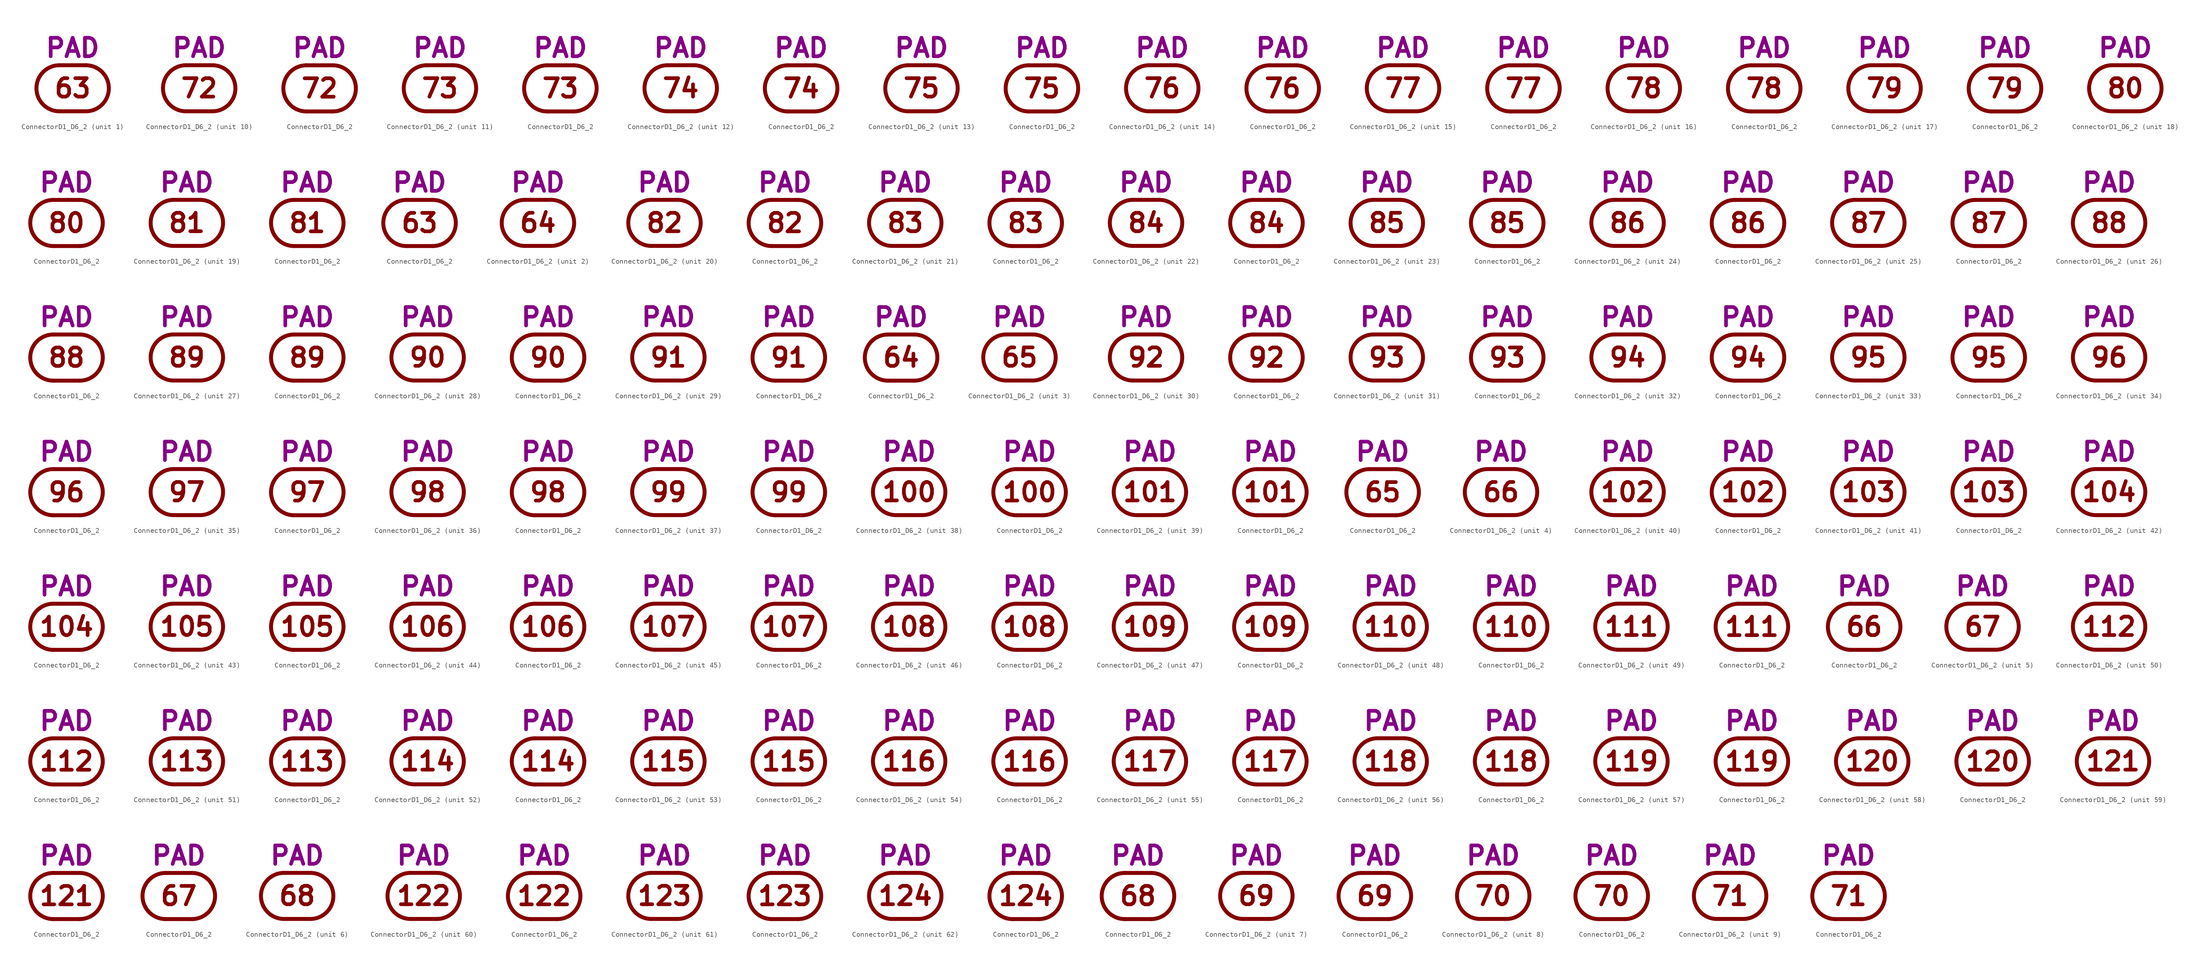
<source format=kicad_sym>
(kicad_symbol_lib
  (version 20211014)
  (generator kicad_symbol_editor)
  (symbol "ConnectorD1_D6_2"
    (pin_numbers hide)
    (pin_names
      (offset 0) hide)
    (property "Reference" "J"
      (at 0 8.255 0)
      (effects (font (size 3.556 3.556)) hide))
    (property "Caption" "PAD"
      (at 0 5.715 0)
      (effects (font (size 3.556 3.556) bold) (justify bottom)))
    (property "ki_locked" ""
      (at 0 0 0)
      (effects (font (size 1.27 1.27))))
    (symbol "ConnectorD1_D6_2_0_0"
      (arc (start -2.54 4.445) (mid -6.985 0) (end -2.54 -4.445) (stroke (width 0.762) (type default) (color 0 0 0 0)) (fill (type none)))
      (polyline (pts (xy -2.54 -4.445) (xy 2.54 -4.445)) (stroke (width 0.762) (type default) (color 0 0 0 0)) (fill (type none)))
      (polyline (pts (xy -2.54 4.445) (xy 2.54 4.445)) (stroke (width 0.762) (type default) (color 0 0 0 0)) (fill (type none)))
      (arc (start 2.54 -4.445) (mid 6.985 0) (end 2.54 4.445) (stroke (width 0.762) (type default) (color 0 0 0 0)) (fill (type none))))
    (symbol "ConnectorD1_D6_2_1_0"
      (text "63" (at 0 0 0) (effects (font (size 3.556 3.556) bold))))
    (symbol "ConnectorD1_D6_2_1_1"
      (pin passive line (at 6.985 0 180) (length 0) (name "63" (effects (font (size 3.556 3.556)))) (number "63" (effects (font (size 3.556 3.556))))))
    (symbol "ConnectorD1_D6_2_1_2"
      (pin passive line (at 0 4.445 270) (length 0) (name "63" (effects (font (size 3.556 3.556)))) (number "63" (effects (font (size 3.556 3.556))))))
    (symbol "ConnectorD1_D6_2_2_0"
      (text "64" (at 0 0 0) (effects (font (size 3.556 3.556) bold))))
    (symbol "ConnectorD1_D6_2_2_1"
      (pin passive line (at 6.985 0 180) (length 0) (name "64" (effects (font (size 3.556 3.556)))) (number "64" (effects (font (size 3.556 3.556))))))
    (symbol "ConnectorD1_D6_2_2_2"
      (pin passive line (at 0 4.445 270) (length 0) (name "64" (effects (font (size 3.556 3.556)))) (number "64" (effects (font (size 3.556 3.556))))))
    (symbol "ConnectorD1_D6_2_3_0"
      (text "65" (at 0 0 0) (effects (font (size 3.556 3.556) bold))))
    (symbol "ConnectorD1_D6_2_3_1"
      (pin passive line (at 6.985 0 180) (length 0) (name "65" (effects (font (size 3.556 3.556)))) (number "65" (effects (font (size 3.556 3.556))))))
    (symbol "ConnectorD1_D6_2_3_2"
      (pin passive line (at 0 4.445 270) (length 0) (name "65" (effects (font (size 3.556 3.556)))) (number "65" (effects (font (size 3.556 3.556))))))
    (symbol "ConnectorD1_D6_2_4_0"
      (text "66" (at 0 0 0) (effects (font (size 3.556 3.556) bold))))
    (symbol "ConnectorD1_D6_2_4_1"
      (pin passive line (at 6.985 0 180) (length 0) (name "66" (effects (font (size 3.556 3.556)))) (number "66" (effects (font (size 3.556 3.556))))))
    (symbol "ConnectorD1_D6_2_4_2"
      (pin passive line (at 0 4.445 270) (length 0) (name "66" (effects (font (size 3.556 3.556)))) (number "66" (effects (font (size 3.556 3.556))))))
    (symbol "ConnectorD1_D6_2_5_0"
      (text "67" (at 0 0 0) (effects (font (size 3.556 3.556) bold))))
    (symbol "ConnectorD1_D6_2_5_1"
      (pin passive line (at 6.985 0 180) (length 0) (name "67" (effects (font (size 3.556 3.556)))) (number "67" (effects (font (size 3.556 3.556))))))
    (symbol "ConnectorD1_D6_2_5_2"
      (pin passive line (at 0 4.445 270) (length 0) (name "67" (effects (font (size 3.556 3.556)))) (number "67" (effects (font (size 3.556 3.556))))))
    (symbol "ConnectorD1_D6_2_6_0"
      (text "68" (at 0 0 0) (effects (font (size 3.556 3.556) bold))))
    (symbol "ConnectorD1_D6_2_6_1"
      (pin passive line (at 6.985 0 180) (length 0) (name "68" (effects (font (size 3.556 3.556)))) (number "68" (effects (font (size 3.556 3.556))))))
    (symbol "ConnectorD1_D6_2_6_2"
      (pin passive line (at 0 4.445 270) (length 0) (name "68" (effects (font (size 3.556 3.556)))) (number "68" (effects (font (size 3.556 3.556))))))
    (symbol "ConnectorD1_D6_2_7_0"
      (text "69" (at 0 0 0) (effects (font (size 3.556 3.556) bold))))
    (symbol "ConnectorD1_D6_2_7_1"
      (pin passive line (at 6.985 0 180) (length 0) (name "69" (effects (font (size 3.556 3.556)))) (number "69" (effects (font (size 3.556 3.556))))))
    (symbol "ConnectorD1_D6_2_7_2"
      (pin passive line (at 0 4.445 270) (length 0) (name "69" (effects (font (size 3.556 3.556)))) (number "69" (effects (font (size 3.556 3.556))))))
    (symbol "ConnectorD1_D6_2_8_0"
      (text "70" (at 0 0 0) (effects (font (size 3.556 3.556) bold))))
    (symbol "ConnectorD1_D6_2_8_1"
      (pin passive line (at 6.985 0 180) (length 0) (name "70" (effects (font (size 3.556 3.556)))) (number "70" (effects (font (size 3.556 3.556))))))
    (symbol "ConnectorD1_D6_2_8_2"
      (pin passive line (at 0 4.445 270) (length 0) (name "70" (effects (font (size 3.556 3.556)))) (number "70" (effects (font (size 3.556 3.556))))))
    (symbol "ConnectorD1_D6_2_9_0"
      (text "71" (at 0 0 0) (effects (font (size 3.556 3.556) bold))))
    (symbol "ConnectorD1_D6_2_9_1"
      (pin passive line (at 6.985 0 180) (length 0) (name "71" (effects (font (size 3.556 3.556)))) (number "71" (effects (font (size 3.556 3.556))))))
    (symbol "ConnectorD1_D6_2_9_2"
      (pin passive line (at 0 4.445 270) (length 0) (name "71" (effects (font (size 3.556 3.556)))) (number "71" (effects (font (size 3.556 3.556))))))
    (symbol "ConnectorD1_D6_2_10_0"
      (text "72" (at 0 0 0) (effects (font (size 3.556 3.556) bold))))
    (symbol "ConnectorD1_D6_2_10_1"
      (pin passive line (at 6.985 0 180) (length 0) (name "72" (effects (font (size 3.556 3.556)))) (number "72" (effects (font (size 3.556 3.556))))))
    (symbol "ConnectorD1_D6_2_10_2"
      (pin passive line (at 0 4.445 270) (length 0) (name "72" (effects (font (size 3.556 3.556)))) (number "72" (effects (font (size 3.556 3.556))))))
    (symbol "ConnectorD1_D6_2_11_0"
      (text "73" (at 0 0 0) (effects (font (size 3.556 3.556) bold))))
    (symbol "ConnectorD1_D6_2_11_1"
      (pin passive line (at 6.985 0 180) (length 0) (name "73" (effects (font (size 3.556 3.556)))) (number "73" (effects (font (size 3.556 3.556))))))
    (symbol "ConnectorD1_D6_2_11_2"
      (pin passive line (at 0 4.445 270) (length 0) (name "73" (effects (font (size 3.556 3.556)))) (number "73" (effects (font (size 3.556 3.556))))))
    (symbol "ConnectorD1_D6_2_12_0"
      (text "74" (at 0 0 0) (effects (font (size 3.556 3.556) bold))))
    (symbol "ConnectorD1_D6_2_12_1"
      (pin passive line (at 6.985 0 180) (length 0) (name "74" (effects (font (size 3.556 3.556)))) (number "74" (effects (font (size 3.556 3.556))))))
    (symbol "ConnectorD1_D6_2_12_2"
      (pin passive line (at 0 4.445 270) (length 0) (name "74" (effects (font (size 3.556 3.556)))) (number "74" (effects (font (size 3.556 3.556))))))
    (symbol "ConnectorD1_D6_2_13_0"
      (text "75" (at 0 0 0) (effects (font (size 3.556 3.556) bold))))
    (symbol "ConnectorD1_D6_2_13_1"
      (pin passive line (at 6.985 0 180) (length 0) (name "75" (effects (font (size 3.556 3.556)))) (number "75" (effects (font (size 3.556 3.556))))))
    (symbol "ConnectorD1_D6_2_13_2"
      (pin passive line (at 0 4.445 270) (length 0) (name "75" (effects (font (size 3.556 3.556)))) (number "75" (effects (font (size 3.556 3.556))))))
    (symbol "ConnectorD1_D6_2_14_0"
      (text "76" (at 0 0 0) (effects (font (size 3.556 3.556) bold))))
    (symbol "ConnectorD1_D6_2_14_1"
      (pin passive line (at 6.985 0 180) (length 0) (name "76" (effects (font (size 3.556 3.556)))) (number "76" (effects (font (size 3.556 3.556))))))
    (symbol "ConnectorD1_D6_2_14_2"
      (pin passive line (at 0 4.445 270) (length 0) (name "76" (effects (font (size 3.556 3.556)))) (number "76" (effects (font (size 3.556 3.556))))))
    (symbol "ConnectorD1_D6_2_15_0"
      (text "77" (at 0 0 0) (effects (font (size 3.556 3.556) bold))))
    (symbol "ConnectorD1_D6_2_15_1"
      (pin passive line (at 6.985 0 180) (length 0) (name "77" (effects (font (size 3.556 3.556)))) (number "77" (effects (font (size 3.556 3.556))))))
    (symbol "ConnectorD1_D6_2_15_2"
      (pin passive line (at 0 4.445 270) (length 0) (name "77" (effects (font (size 3.556 3.556)))) (number "77" (effects (font (size 3.556 3.556))))))
    (symbol "ConnectorD1_D6_2_16_0"
      (text "78" (at 0 0 0) (effects (font (size 3.556 3.556) bold))))
    (symbol "ConnectorD1_D6_2_16_1"
      (pin passive line (at 6.985 0 180) (length 0) (name "78" (effects (font (size 3.556 3.556)))) (number "78" (effects (font (size 3.556 3.556))))))
    (symbol "ConnectorD1_D6_2_16_2"
      (pin passive line (at 0 4.445 270) (length 0) (name "78" (effects (font (size 3.556 3.556)))) (number "78" (effects (font (size 3.556 3.556))))))
    (symbol "ConnectorD1_D6_2_17_0"
      (text "79" (at 0 0 0) (effects (font (size 3.556 3.556) bold))))
    (symbol "ConnectorD1_D6_2_17_1"
      (pin passive line (at 6.985 0 180) (length 0) (name "79" (effects (font (size 3.556 3.556)))) (number "79" (effects (font (size 3.556 3.556))))))
    (symbol "ConnectorD1_D6_2_17_2"
      (pin passive line (at 0 4.445 270) (length 0) (name "79" (effects (font (size 3.556 3.556)))) (number "79" (effects (font (size 3.556 3.556))))))
    (symbol "ConnectorD1_D6_2_18_0"
      (text "80" (at 0 0 0) (effects (font (size 3.556 3.556) bold))))
    (symbol "ConnectorD1_D6_2_18_1"
      (pin passive line (at 6.985 0 180) (length 0) (name "80" (effects (font (size 3.556 3.556)))) (number "80" (effects (font (size 3.556 3.556))))))
    (symbol "ConnectorD1_D6_2_18_2"
      (pin passive line (at 0 4.445 270) (length 0) (name "80" (effects (font (size 3.556 3.556)))) (number "80" (effects (font (size 3.556 3.556))))))
    (symbol "ConnectorD1_D6_2_19_0"
      (text "81" (at 0 0 0) (effects (font (size 3.556 3.556) bold))))
    (symbol "ConnectorD1_D6_2_19_1"
      (pin passive line (at 6.985 0 180) (length 0) (name "81" (effects (font (size 3.556 3.556)))) (number "81" (effects (font (size 3.556 3.556))))))
    (symbol "ConnectorD1_D6_2_19_2"
      (pin passive line (at 0 4.445 270) (length 0) (name "81" (effects (font (size 3.556 3.556)))) (number "81" (effects (font (size 3.556 3.556))))))
    (symbol "ConnectorD1_D6_2_20_0"
      (text "82" (at 0 0 0) (effects (font (size 3.556 3.556) bold))))
    (symbol "ConnectorD1_D6_2_20_1"
      (pin passive line (at 6.985 0 180) (length 0) (name "82" (effects (font (size 3.556 3.556)))) (number "82" (effects (font (size 3.556 3.556))))))
    (symbol "ConnectorD1_D6_2_20_2"
      (pin passive line (at 0 4.445 270) (length 0) (name "82" (effects (font (size 3.556 3.556)))) (number "82" (effects (font (size 3.556 3.556))))))
    (symbol "ConnectorD1_D6_2_21_0"
      (text "83" (at 0 0 0) (effects (font (size 3.556 3.556) bold))))
    (symbol "ConnectorD1_D6_2_21_1"
      (pin passive line (at 6.985 0 180) (length 0) (name "83" (effects (font (size 3.556 3.556)))) (number "83" (effects (font (size 3.556 3.556))))))
    (symbol "ConnectorD1_D6_2_21_2"
      (pin passive line (at 0 4.445 270) (length 0) (name "83" (effects (font (size 3.556 3.556)))) (number "83" (effects (font (size 3.556 3.556))))))
    (symbol "ConnectorD1_D6_2_22_0"
      (text "84" (at 0 0 0) (effects (font (size 3.556 3.556) bold))))
    (symbol "ConnectorD1_D6_2_22_1"
      (pin passive line (at 6.985 0 180) (length 0) (name "84" (effects (font (size 3.556 3.556)))) (number "84" (effects (font (size 3.556 3.556))))))
    (symbol "ConnectorD1_D6_2_22_2"
      (pin passive line (at 0 4.445 270) (length 0) (name "84" (effects (font (size 3.556 3.556)))) (number "84" (effects (font (size 3.556 3.556))))))
    (symbol "ConnectorD1_D6_2_23_0"
      (text "85" (at 0 0 0) (effects (font (size 3.556 3.556) bold))))
    (symbol "ConnectorD1_D6_2_23_1"
      (pin passive line (at 6.985 0 180) (length 0) (name "85" (effects (font (size 3.556 3.556)))) (number "85" (effects (font (size 3.556 3.556))))))
    (symbol "ConnectorD1_D6_2_23_2"
      (pin passive line (at 0 4.445 270) (length 0) (name "85" (effects (font (size 3.556 3.556)))) (number "85" (effects (font (size 3.556 3.556))))))
    (symbol "ConnectorD1_D6_2_24_0"
      (text "86" (at 0 0 0) (effects (font (size 3.556 3.556) bold))))
    (symbol "ConnectorD1_D6_2_24_1"
      (pin passive line (at 6.985 0 180) (length 0) (name "86" (effects (font (size 3.556 3.556)))) (number "86" (effects (font (size 3.556 3.556))))))
    (symbol "ConnectorD1_D6_2_24_2"
      (pin passive line (at 0 4.445 270) (length 0) (name "86" (effects (font (size 3.556 3.556)))) (number "86" (effects (font (size 3.556 3.556))))))
    (symbol "ConnectorD1_D6_2_25_0"
      (text "87" (at 0 0 0) (effects (font (size 3.556 3.556) bold))))
    (symbol "ConnectorD1_D6_2_25_1"
      (pin passive line (at 6.985 0 180) (length 0) (name "87" (effects (font (size 3.556 3.556)))) (number "87" (effects (font (size 3.556 3.556))))))
    (symbol "ConnectorD1_D6_2_25_2"
      (pin passive line (at 0 4.445 270) (length 0) (name "87" (effects (font (size 3.556 3.556)))) (number "87" (effects (font (size 3.556 3.556))))))
    (symbol "ConnectorD1_D6_2_26_0"
      (text "88" (at 0 0 0) (effects (font (size 3.556 3.556) bold))))
    (symbol "ConnectorD1_D6_2_26_1"
      (pin passive line (at 6.985 0 180) (length 0) (name "88" (effects (font (size 3.556 3.556)))) (number "88" (effects (font (size 3.556 3.556))))))
    (symbol "ConnectorD1_D6_2_26_2"
      (pin passive line (at 0 4.445 270) (length 0) (name "88" (effects (font (size 3.556 3.556)))) (number "88" (effects (font (size 3.556 3.556))))))
    (symbol "ConnectorD1_D6_2_27_0"
      (text "89" (at 0 0 0) (effects (font (size 3.556 3.556) bold))))
    (symbol "ConnectorD1_D6_2_27_1"
      (pin passive line (at 6.985 0 180) (length 0) (name "89" (effects (font (size 3.556 3.556)))) (number "89" (effects (font (size 3.556 3.556))))))
    (symbol "ConnectorD1_D6_2_27_2"
      (pin passive line (at 0 4.445 270) (length 0) (name "89" (effects (font (size 3.556 3.556)))) (number "89" (effects (font (size 3.556 3.556))))))
    (symbol "ConnectorD1_D6_2_28_0"
      (text "90" (at 0 0 0) (effects (font (size 3.556 3.556) bold))))
    (symbol "ConnectorD1_D6_2_28_1"
      (pin passive line (at 6.985 0 180) (length 0) (name "90" (effects (font (size 3.556 3.556)))) (number "90" (effects (font (size 3.556 3.556))))))
    (symbol "ConnectorD1_D6_2_28_2"
      (pin passive line (at 0 4.445 270) (length 0) (name "90" (effects (font (size 3.556 3.556)))) (number "90" (effects (font (size 3.556 3.556))))))
    (symbol "ConnectorD1_D6_2_29_0"
      (text "91" (at 0 0 0) (effects (font (size 3.556 3.556) bold))))
    (symbol "ConnectorD1_D6_2_29_1"
      (pin passive line (at 6.985 0 180) (length 0) (name "91" (effects (font (size 3.556 3.556)))) (number "91" (effects (font (size 3.556 3.556))))))
    (symbol "ConnectorD1_D6_2_29_2"
      (pin passive line (at 0 4.445 270) (length 0) (name "91" (effects (font (size 3.556 3.556)))) (number "91" (effects (font (size 3.556 3.556))))))
    (symbol "ConnectorD1_D6_2_30_0"
      (text "92" (at 0 0 0) (effects (font (size 3.556 3.556) bold))))
    (symbol "ConnectorD1_D6_2_30_1"
      (pin passive line (at 6.985 0 180) (length 0) (name "92" (effects (font (size 3.556 3.556)))) (number "92" (effects (font (size 3.556 3.556))))))
    (symbol "ConnectorD1_D6_2_30_2"
      (pin passive line (at 0 4.445 270) (length 0) (name "92" (effects (font (size 3.556 3.556)))) (number "92" (effects (font (size 3.556 3.556))))))
    (symbol "ConnectorD1_D6_2_31_0"
      (text "93" (at 0 0 0) (effects (font (size 3.556 3.556) bold))))
    (symbol "ConnectorD1_D6_2_31_1"
      (pin passive line (at 6.985 0 180) (length 0) (name "93" (effects (font (size 3.556 3.556)))) (number "93" (effects (font (size 3.556 3.556))))))
    (symbol "ConnectorD1_D6_2_31_2"
      (pin passive line (at 0 4.445 270) (length 0) (name "93" (effects (font (size 3.556 3.556)))) (number "93" (effects (font (size 3.556 3.556))))))
    (symbol "ConnectorD1_D6_2_32_0"
      (text "94" (at 0 0 0) (effects (font (size 3.556 3.556) bold))))
    (symbol "ConnectorD1_D6_2_32_1"
      (pin passive line (at 6.985 0 180) (length 0) (name "94" (effects (font (size 3.556 3.556)))) (number "94" (effects (font (size 3.556 3.556))))))
    (symbol "ConnectorD1_D6_2_32_2"
      (pin passive line (at 0 4.445 270) (length 0) (name "94" (effects (font (size 3.556 3.556)))) (number "94" (effects (font (size 3.556 3.556))))))
    (symbol "ConnectorD1_D6_2_33_0"
      (text "95" (at 0 0 0) (effects (font (size 3.556 3.556) bold))))
    (symbol "ConnectorD1_D6_2_33_1"
      (pin passive line (at 6.985 0 180) (length 0) (name "95" (effects (font (size 3.556 3.556)))) (number "95" (effects (font (size 3.556 3.556))))))
    (symbol "ConnectorD1_D6_2_33_2"
      (pin passive line (at 0 4.445 270) (length 0) (name "95" (effects (font (size 3.556 3.556)))) (number "95" (effects (font (size 3.556 3.556))))))
    (symbol "ConnectorD1_D6_2_34_0"
      (text "96" (at 0 0 0) (effects (font (size 3.556 3.556) bold))))
    (symbol "ConnectorD1_D6_2_34_1"
      (pin passive line (at 6.985 0 180) (length 0) (name "96" (effects (font (size 3.556 3.556)))) (number "96" (effects (font (size 3.556 3.556))))))
    (symbol "ConnectorD1_D6_2_34_2"
      (pin passive line (at 0 4.445 270) (length 0) (name "96" (effects (font (size 3.556 3.556)))) (number "96" (effects (font (size 3.556 3.556))))))
    (symbol "ConnectorD1_D6_2_35_0"
      (text "97" (at 0 0 0) (effects (font (size 3.556 3.556) bold))))
    (symbol "ConnectorD1_D6_2_35_1"
      (pin passive line (at 6.985 0 180) (length 0) (name "97" (effects (font (size 3.556 3.556)))) (number "97" (effects (font (size 3.556 3.556))))))
    (symbol "ConnectorD1_D6_2_35_2"
      (pin passive line (at 0 4.445 270) (length 0) (name "97" (effects (font (size 3.556 3.556)))) (number "97" (effects (font (size 3.556 3.556))))))
    (symbol "ConnectorD1_D6_2_36_0"
      (text "98" (at 0 0 0) (effects (font (size 3.556 3.556) bold))))
    (symbol "ConnectorD1_D6_2_36_1"
      (pin passive line (at 6.985 0 180) (length 0) (name "98" (effects (font (size 3.556 3.556)))) (number "98" (effects (font (size 3.556 3.556))))))
    (symbol "ConnectorD1_D6_2_36_2"
      (pin passive line (at 0 4.445 270) (length 0) (name "98" (effects (font (size 3.556 3.556)))) (number "98" (effects (font (size 3.556 3.556))))))
    (symbol "ConnectorD1_D6_2_37_0"
      (text "99" (at 0 0 0) (effects (font (size 3.556 3.556) bold))))
    (symbol "ConnectorD1_D6_2_37_1"
      (pin passive line (at 6.985 0 180) (length 0) (name "99" (effects (font (size 3.556 3.556)))) (number "99" (effects (font (size 3.556 3.556))))))
    (symbol "ConnectorD1_D6_2_37_2"
      (pin passive line (at 0 4.445 270) (length 0) (name "99" (effects (font (size 3.556 3.556)))) (number "99" (effects (font (size 3.556 3.556))))))
    (symbol "ConnectorD1_D6_2_38_0"
      (text "100" (at 0 0 0) (effects (font (size 3.556 3.556) bold))))
    (symbol "ConnectorD1_D6_2_38_1"
      (pin passive line (at 6.985 0 180) (length 0) (name "100" (effects (font (size 3.556 3.556)))) (number "100" (effects (font (size 3.556 3.556))))))
    (symbol "ConnectorD1_D6_2_38_2"
      (pin passive line (at 0 4.445 270) (length 0) (name "100" (effects (font (size 3.556 3.556)))) (number "100" (effects (font (size 3.556 3.556))))))
    (symbol "ConnectorD1_D6_2_39_0"
      (text "101" (at 0 0 0) (effects (font (size 3.556 3.556) bold))))
    (symbol "ConnectorD1_D6_2_39_1"
      (pin passive line (at 6.985 0 180) (length 0) (name "101" (effects (font (size 3.556 3.556)))) (number "101" (effects (font (size 3.556 3.556))))))
    (symbol "ConnectorD1_D6_2_39_2"
      (pin passive line (at 0 4.445 270) (length 0) (name "101" (effects (font (size 3.556 3.556)))) (number "101" (effects (font (size 3.556 3.556))))))
    (symbol "ConnectorD1_D6_2_40_0"
      (text "102" (at 0 0 0) (effects (font (size 3.556 3.556) bold))))
    (symbol "ConnectorD1_D6_2_40_1"
      (pin passive line (at 6.985 0 180) (length 0) (name "102" (effects (font (size 3.556 3.556)))) (number "102" (effects (font (size 3.556 3.556))))))
    (symbol "ConnectorD1_D6_2_40_2"
      (pin passive line (at 0 4.445 270) (length 0) (name "102" (effects (font (size 3.556 3.556)))) (number "102" (effects (font (size 3.556 3.556))))))
    (symbol "ConnectorD1_D6_2_41_0"
      (text "103" (at 0 0 0) (effects (font (size 3.556 3.556) bold))))
    (symbol "ConnectorD1_D6_2_41_1"
      (pin passive line (at 6.985 0 180) (length 0) (name "103" (effects (font (size 3.556 3.556)))) (number "103" (effects (font (size 3.556 3.556))))))
    (symbol "ConnectorD1_D6_2_41_2"
      (pin passive line (at 0 4.445 270) (length 0) (name "103" (effects (font (size 3.556 3.556)))) (number "103" (effects (font (size 3.556 3.556))))))
    (symbol "ConnectorD1_D6_2_42_0"
      (text "104" (at 0 0 0) (effects (font (size 3.556 3.556) bold))))
    (symbol "ConnectorD1_D6_2_42_1"
      (pin passive line (at 6.985 0 180) (length 0) (name "104" (effects (font (size 3.556 3.556)))) (number "104" (effects (font (size 3.556 3.556))))))
    (symbol "ConnectorD1_D6_2_42_2"
      (pin passive line (at 0 4.445 270) (length 0) (name "104" (effects (font (size 3.556 3.556)))) (number "104" (effects (font (size 3.556 3.556))))))
    (symbol "ConnectorD1_D6_2_43_0"
      (text "105" (at 0 0 0) (effects (font (size 3.556 3.556) bold))))
    (symbol "ConnectorD1_D6_2_43_1"
      (pin passive line (at 6.985 0 180) (length 0) (name "105" (effects (font (size 3.556 3.556)))) (number "105" (effects (font (size 3.556 3.556))))))
    (symbol "ConnectorD1_D6_2_43_2"
      (pin passive line (at 0 4.445 270) (length 0) (name "105" (effects (font (size 3.556 3.556)))) (number "105" (effects (font (size 3.556 3.556))))))
    (symbol "ConnectorD1_D6_2_44_0"
      (text "106" (at 0 0 0) (effects (font (size 3.556 3.556) bold))))
    (symbol "ConnectorD1_D6_2_44_1"
      (pin passive line (at 6.985 0 180) (length 0) (name "106" (effects (font (size 3.556 3.556)))) (number "106" (effects (font (size 3.556 3.556))))))
    (symbol "ConnectorD1_D6_2_44_2"
      (pin passive line (at 0 4.445 270) (length 0) (name "106" (effects (font (size 3.556 3.556)))) (number "106" (effects (font (size 3.556 3.556))))))
    (symbol "ConnectorD1_D6_2_45_0"
      (text "107" (at 0 0 0) (effects (font (size 3.556 3.556) bold))))
    (symbol "ConnectorD1_D6_2_45_1"
      (pin passive line (at 6.985 0 180) (length 0) (name "107" (effects (font (size 3.556 3.556)))) (number "107" (effects (font (size 3.556 3.556))))))
    (symbol "ConnectorD1_D6_2_45_2"
      (pin passive line (at 0 4.445 270) (length 0) (name "107" (effects (font (size 3.556 3.556)))) (number "107" (effects (font (size 3.556 3.556))))))
    (symbol "ConnectorD1_D6_2_46_0"
      (text "108" (at 0 0 0) (effects (font (size 3.556 3.556) bold))))
    (symbol "ConnectorD1_D6_2_46_1"
      (pin passive line (at 6.985 0 180) (length 0) (name "108" (effects (font (size 3.556 3.556)))) (number "108" (effects (font (size 3.556 3.556))))))
    (symbol "ConnectorD1_D6_2_46_2"
      (pin passive line (at 0 4.445 270) (length 0) (name "108" (effects (font (size 3.556 3.556)))) (number "108" (effects (font (size 3.556 3.556))))))
    (symbol "ConnectorD1_D6_2_47_0"
      (text "109" (at 0 0 0) (effects (font (size 3.556 3.556) bold))))
    (symbol "ConnectorD1_D6_2_47_1"
      (pin passive line (at 6.985 0 180) (length 0) (name "109" (effects (font (size 3.556 3.556)))) (number "109" (effects (font (size 3.556 3.556))))))
    (symbol "ConnectorD1_D6_2_47_2"
      (pin passive line (at 0 4.445 270) (length 0) (name "109" (effects (font (size 3.556 3.556)))) (number "109" (effects (font (size 3.556 3.556))))))
    (symbol "ConnectorD1_D6_2_48_0"
      (text "110" (at 0 0 0) (effects (font (size 3.556 3.556) bold))))
    (symbol "ConnectorD1_D6_2_48_1"
      (pin passive line (at 6.985 0 180) (length 0) (name "110" (effects (font (size 3.556 3.556)))) (number "110" (effects (font (size 3.556 3.556))))))
    (symbol "ConnectorD1_D6_2_48_2"
      (pin passive line (at 0 4.445 270) (length 0) (name "110" (effects (font (size 3.556 3.556)))) (number "110" (effects (font (size 3.556 3.556))))))
    (symbol "ConnectorD1_D6_2_49_0"
      (text "111" (at 0 0 0) (effects (font (size 3.556 3.556) bold))))
    (symbol "ConnectorD1_D6_2_49_1"
      (pin passive line (at 6.985 0 180) (length 0) (name "111" (effects (font (size 3.556 3.556)))) (number "111" (effects (font (size 3.556 3.556))))))
    (symbol "ConnectorD1_D6_2_49_2"
      (pin passive line (at 0 4.445 270) (length 0) (name "111" (effects (font (size 3.556 3.556)))) (number "111" (effects (font (size 3.556 3.556))))))
    (symbol "ConnectorD1_D6_2_50_0"
      (text "112" (at 0 0 0) (effects (font (size 3.556 3.556) bold))))
    (symbol "ConnectorD1_D6_2_50_1"
      (pin passive line (at 6.985 0 180) (length 0) (name "112" (effects (font (size 3.556 3.556)))) (number "112" (effects (font (size 3.556 3.556))))))
    (symbol "ConnectorD1_D6_2_50_2"
      (pin passive line (at 0 4.445 270) (length 0) (name "112" (effects (font (size 3.556 3.556)))) (number "112" (effects (font (size 3.556 3.556))))))
    (symbol "ConnectorD1_D6_2_51_0"
      (text "113" (at 0 0 0) (effects (font (size 3.556 3.556) bold))))
    (symbol "ConnectorD1_D6_2_51_1"
      (pin passive line (at 6.985 0 180) (length 0) (name "113" (effects (font (size 3.556 3.556)))) (number "113" (effects (font (size 3.556 3.556))))))
    (symbol "ConnectorD1_D6_2_51_2"
      (pin passive line (at 0 4.445 270) (length 0) (name "113" (effects (font (size 3.556 3.556)))) (number "113" (effects (font (size 3.556 3.556))))))
    (symbol "ConnectorD1_D6_2_52_0"
      (text "114" (at 0 0 0) (effects (font (size 3.556 3.556) bold))))
    (symbol "ConnectorD1_D6_2_52_1"
      (pin passive line (at 6.985 0 180) (length 0) (name "114" (effects (font (size 3.556 3.556)))) (number "114" (effects (font (size 3.556 3.556))))))
    (symbol "ConnectorD1_D6_2_52_2"
      (pin passive line (at 0 4.445 270) (length 0) (name "114" (effects (font (size 3.556 3.556)))) (number "114" (effects (font (size 3.556 3.556))))))
    (symbol "ConnectorD1_D6_2_53_0"
      (text "115" (at 0 0 0) (effects (font (size 3.556 3.556) bold))))
    (symbol "ConnectorD1_D6_2_53_1"
      (pin passive line (at 6.985 0 180) (length 0) (name "115" (effects (font (size 3.556 3.556)))) (number "115" (effects (font (size 3.556 3.556))))))
    (symbol "ConnectorD1_D6_2_53_2"
      (pin passive line (at 0 4.445 270) (length 0) (name "115" (effects (font (size 3.556 3.556)))) (number "115" (effects (font (size 3.556 3.556))))))
    (symbol "ConnectorD1_D6_2_54_0"
      (text "116" (at 0 0 0) (effects (font (size 3.556 3.556) bold))))
    (symbol "ConnectorD1_D6_2_54_1"
      (pin passive line (at 6.985 0 180) (length 0) (name "116" (effects (font (size 3.556 3.556)))) (number "116" (effects (font (size 3.556 3.556))))))
    (symbol "ConnectorD1_D6_2_54_2"
      (pin passive line (at 0 4.445 270) (length 0) (name "116" (effects (font (size 3.556 3.556)))) (number "116" (effects (font (size 3.556 3.556))))))
    (symbol "ConnectorD1_D6_2_55_0"
      (text "117" (at 0 0 0) (effects (font (size 3.556 3.556) bold))))
    (symbol "ConnectorD1_D6_2_55_1"
      (pin passive line (at 6.985 0 180) (length 0) (name "117" (effects (font (size 3.556 3.556)))) (number "117" (effects (font (size 3.556 3.556))))))
    (symbol "ConnectorD1_D6_2_55_2"
      (pin passive line (at 0 4.445 270) (length 0) (name "117" (effects (font (size 3.556 3.556)))) (number "117" (effects (font (size 3.556 3.556))))))
    (symbol "ConnectorD1_D6_2_56_0"
      (text "118" (at 0 0 0) (effects (font (size 3.556 3.556) bold))))
    (symbol "ConnectorD1_D6_2_56_1"
      (pin passive line (at 6.985 0 180) (length 0) (name "118" (effects (font (size 3.556 3.556)))) (number "118" (effects (font (size 3.556 3.556))))))
    (symbol "ConnectorD1_D6_2_56_2"
      (pin passive line (at 0 4.445 270) (length 0) (name "118" (effects (font (size 3.556 3.556)))) (number "118" (effects (font (size 3.556 3.556))))))
    (symbol "ConnectorD1_D6_2_57_0"
      (text "119" (at 0 0 0) (effects (font (size 3.556 3.556) bold))))
    (symbol "ConnectorD1_D6_2_57_1"
      (pin passive line (at 6.985 0 180) (length 0) (name "119" (effects (font (size 3.556 3.556)))) (number "119" (effects (font (size 3.556 3.556))))))
    (symbol "ConnectorD1_D6_2_57_2"
      (pin passive line (at 0 4.445 270) (length 0) (name "119" (effects (font (size 3.556 3.556)))) (number "119" (effects (font (size 3.556 3.556))))))
    (symbol "ConnectorD1_D6_2_58_0"
      (text "120" (at 0 0 0) (effects (font (size 3.556 3.556) bold))))
    (symbol "ConnectorD1_D6_2_58_1"
      (pin passive line (at 6.985 0 180) (length 0) (name "120" (effects (font (size 3.556 3.556)))) (number "120" (effects (font (size 3.556 3.556))))))
    (symbol "ConnectorD1_D6_2_58_2"
      (pin passive line (at 0 4.445 270) (length 0) (name "120" (effects (font (size 3.556 3.556)))) (number "120" (effects (font (size 3.556 3.556))))))
    (symbol "ConnectorD1_D6_2_59_0"
      (text "121" (at 0 0 0) (effects (font (size 3.556 3.556) bold))))
    (symbol "ConnectorD1_D6_2_59_1"
      (pin passive line (at 6.985 0 180) (length 0) (name "121" (effects (font (size 3.556 3.556)))) (number "121" (effects (font (size 3.556 3.556))))))
    (symbol "ConnectorD1_D6_2_59_2"
      (pin passive line (at 0 4.445 270) (length 0) (name "121" (effects (font (size 3.556 3.556)))) (number "121" (effects (font (size 3.556 3.556))))))
    (symbol "ConnectorD1_D6_2_60_0"
      (text "122" (at 0 0 0) (effects (font (size 3.556 3.556) bold))))
    (symbol "ConnectorD1_D6_2_60_1"
      (pin passive line (at 6.985 0 180) (length 0) (name "122" (effects (font (size 3.556 3.556)))) (number "122" (effects (font (size 3.556 3.556))))))
    (symbol "ConnectorD1_D6_2_60_2"
      (pin passive line (at 0 4.445 270) (length 0) (name "122" (effects (font (size 3.556 3.556)))) (number "122" (effects (font (size 3.556 3.556))))))
    (symbol "ConnectorD1_D6_2_61_0"
      (text "123" (at 0 0 0) (effects (font (size 3.556 3.556) bold))))
    (symbol "ConnectorD1_D6_2_61_1"
      (pin passive line (at 6.985 0 180) (length 0) (name "123" (effects (font (size 3.556 3.556)))) (number "123" (effects (font (size 3.556 3.556))))))
    (symbol "ConnectorD1_D6_2_61_2"
      (pin passive line (at 0 4.445 270) (length 0) (name "123" (effects (font (size 3.556 3.556)))) (number "123" (effects (font (size 3.556 3.556))))))
    (symbol "ConnectorD1_D6_2_62_0"
      (text "124" (at 0 0 0) (effects (font (size 3.556 3.556) bold))))
    (symbol "ConnectorD1_D6_2_62_1"
      (pin passive line (at 6.985 0 180) (length 0) (name "124" (effects (font (size 3.556 3.556)))) (number "124" (effects (font (size 3.556 3.556))))))
    (symbol "ConnectorD1_D6_2_62_2"
      (pin passive line (at 0 4.445 270) (length 0) (name "124" (effects (font (size 3.556 3.556)))) (number "124" (effects (font (size 3.556 3.556))))))))
</source>
